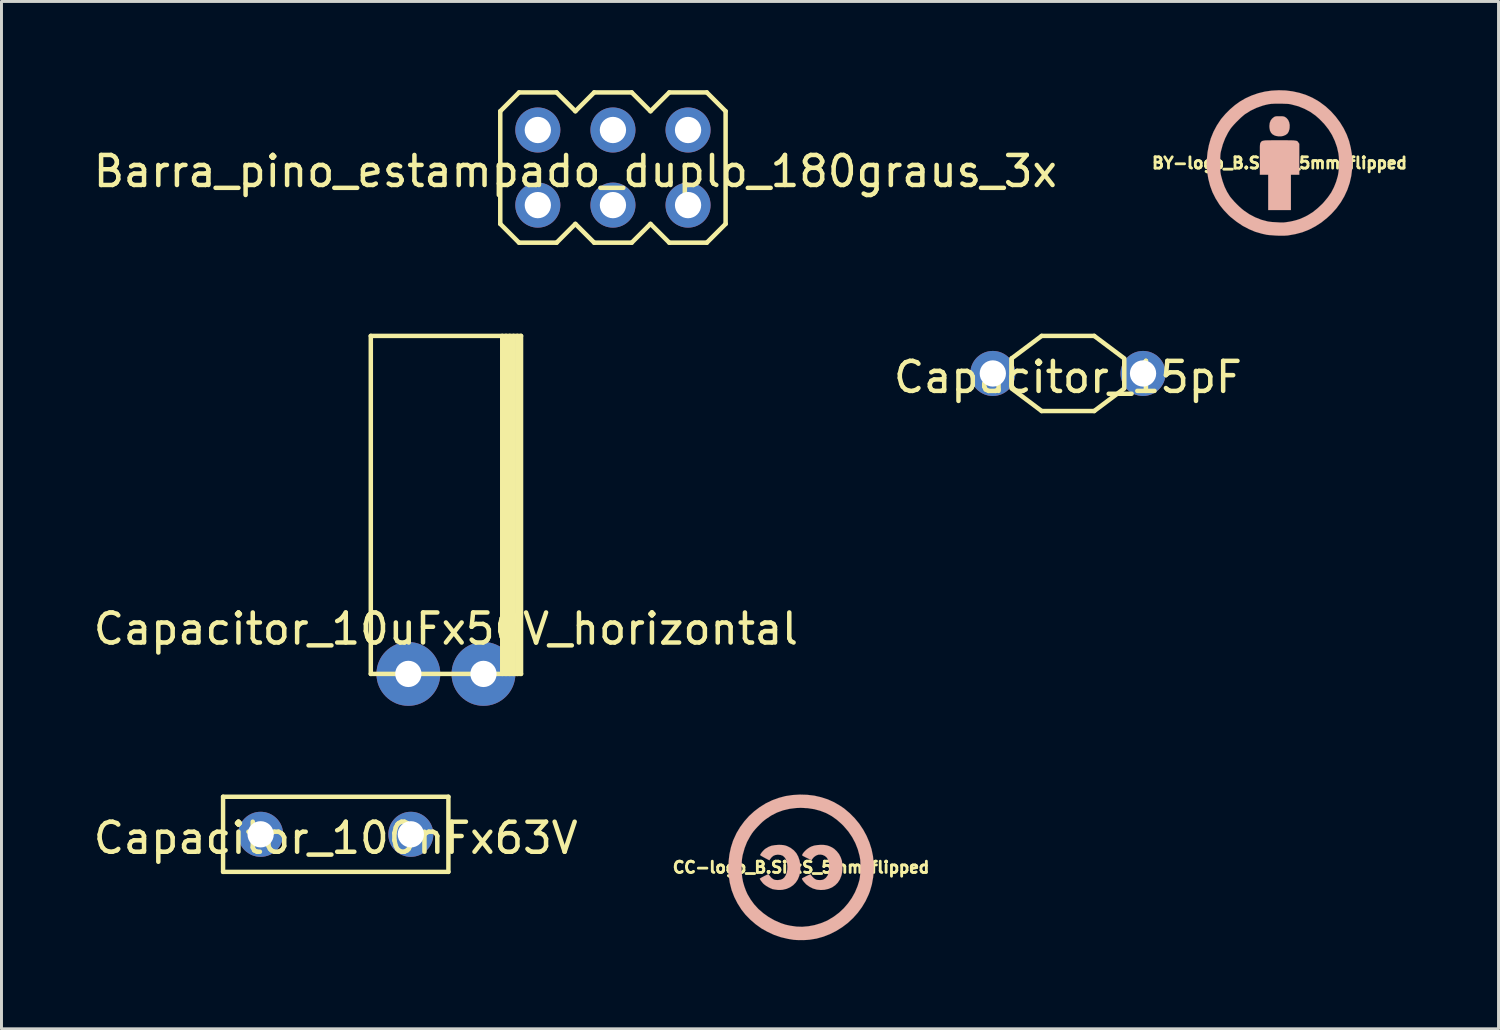
<source format=kicad_pcb>
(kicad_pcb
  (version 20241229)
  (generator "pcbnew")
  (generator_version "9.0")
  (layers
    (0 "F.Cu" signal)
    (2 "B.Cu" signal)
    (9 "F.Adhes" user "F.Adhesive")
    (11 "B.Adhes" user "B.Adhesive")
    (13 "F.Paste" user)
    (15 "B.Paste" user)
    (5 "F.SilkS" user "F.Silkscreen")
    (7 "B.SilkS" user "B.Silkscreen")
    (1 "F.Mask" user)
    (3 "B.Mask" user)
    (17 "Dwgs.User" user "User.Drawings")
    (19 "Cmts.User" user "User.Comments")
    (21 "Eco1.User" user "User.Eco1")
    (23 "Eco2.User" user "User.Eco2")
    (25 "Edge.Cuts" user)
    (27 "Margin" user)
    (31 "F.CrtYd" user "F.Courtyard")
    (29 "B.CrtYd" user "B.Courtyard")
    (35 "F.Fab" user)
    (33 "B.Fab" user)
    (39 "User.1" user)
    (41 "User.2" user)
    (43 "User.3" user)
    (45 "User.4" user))
  (footprint "Capacitor_15pF"
    (layer "F.Cu")
    (at 30.523 9.579)
    (property "Reference" "Capacitor_15pF" (at 2.54 0.127 0) (layer "F.SilkS") (effects (font (size 1.016 1.016) (thickness 0.152))))
    (attr through_hole)
    (fp_line (start 0.635 -0.508) (end 0.635 0.445) (stroke (width 0.152) (type solid)) (layer "F.SilkS"))
    (fp_line (start 0.635 -0.508) (end 1.651 -1.27) (stroke (width 0.152) (type solid)) (layer "F.SilkS"))
    (fp_line (start 0.635 -0.445) (end 0.635 0.445) (stroke (width 0.152) (type solid)) (layer "F.SilkS"))
    (fp_line (start 0.635 0.508) (end 1.651 1.27) (stroke (width 0.152) (type solid)) (layer "F.SilkS"))
    (fp_line (start 1.651 -1.27) (end 3.429 -1.27) (stroke (width 0.152) (type solid)) (layer "F.SilkS"))
    (fp_line (start 1.651 1.27) (end 3.429 1.27) (stroke (width 0.152) (type solid)) (layer "F.SilkS"))
    (fp_line (start 4.445 -0.508) (end 3.429 -1.27) (stroke (width 0.152) (type solid)) (layer "F.SilkS"))
    (fp_line (start 4.445 -0.445) (end 4.445 0.445) (stroke (width 0.152) (type solid)) (layer "F.SilkS"))
    (fp_line (start 4.445 0.508) (end 3.429 1.27) (stroke (width 0.152) (type solid)) (layer "F.SilkS"))
    (pad "1" thru_hole circle (at 0 0) (size 1.524 1.524) (drill 0.889) (layers "*.Cu" "*.Mask"))
    (pad "2" thru_hole circle (at 5.08 0) (size 1.524 1.524) (drill 0.889) (layers "*.Cu" "*.Mask")))
  (footprint "Capacitor_100nFx63V"
    (layer "F.Cu")
    (at 5.763 25.163)
    (property "Reference" "Capacitor_100nFx63V" (at 2.54 0.127 0) (layer "F.SilkS") (effects (font (size 1.016 1.016) (thickness 0.152))))
    (attr through_hole)
    (fp_line (start -1.27 -1.27) (end 6.35 -1.27) (stroke (width 0.15) (type solid)) (layer "F.SilkS"))
    (fp_line (start -1.27 1.27) (end -1.27 -1.27) (stroke (width 0.15) (type solid)) (layer "F.SilkS"))
    (fp_line (start 6.35 -1.27) (end 6.35 1.27) (stroke (width 0.15) (type solid)) (layer "F.SilkS"))
    (fp_line (start 6.35 1.27) (end -1.27 1.27) (stroke (width 0.15) (type solid)) (layer "F.SilkS"))
    (pad "1" thru_hole circle (at 0 0) (size 1.524 1.524) (drill 0.889) (layers "*.Cu" "*.Mask"))
    (pad "2" thru_hole circle (at 5.08 0) (size 1.524 1.524) (drill 0.889) (layers "*.Cu" "*.Mask")))
  (footprint "CC-logo_B.SilkS_5mm_flipped"
    (layer "F.Cu")
    (at 24.039 26.281)
    (property "Reference" "CC-logo_B.SilkS_5mm_flipped" (at 0 0 0) (layer "F.SilkS") (effects (font (size 0.381 0.381) (thickness 0.127))))
    (attr through_hole)
    (fp_poly (pts (xy 0.03 0.376) (xy 0.033 0.394) (xy 0.048 0.424) (xy 0.076 0.465) (xy 0.109 0.505) (xy 0.147 0.546) (xy 0.17 0.572) (xy 0.282 0.653) (xy 0.401 0.714) (xy 0.533 0.752) (xy 0.671 0.765) (xy 0.795 0.757) (xy 0.93 0.726) (xy 1.049 0.676) (xy 1.153 0.605) (xy 1.242 0.516) (xy 1.311 0.409) (xy 1.361 0.287) (xy 1.372 0.249) (xy 1.387 0.168) (xy 1.397 0.071) (xy 1.397 -0.03) (xy 1.392 -0.127) (xy 1.382 -0.213) (xy 1.379 -0.229) (xy 1.339 -0.343) (xy 1.283 -0.45) (xy 1.206 -0.546) (xy 1.12 -0.627) (xy 1.044 -0.676) (xy 0.958 -0.716) (xy 0.879 -0.742) (xy 0.79 -0.757) (xy 0.691 -0.762) (xy 0.673 -0.762) (xy 0.554 -0.754) (xy 0.452 -0.739) (xy 0.358 -0.709) (xy 0.29 -0.676) (xy 0.239 -0.643) (xy 0.188 -0.605) (xy 0.14 -0.561) (xy 0.097 -0.516) (xy 0.064 -0.472) (xy 0.043 -0.437) (xy 0.038 -0.409) (xy 0.043 -0.399) (xy 0.058 -0.389) (xy 0.094 -0.371) (xy 0.142 -0.345) (xy 0.198 -0.318) (xy 0.206 -0.315) (xy 0.353 -0.241) (xy 0.371 -0.272) (xy 0.434 -0.348) (xy 0.505 -0.399) (xy 0.582 -0.429) (xy 0.668 -0.432) (xy 0.734 -0.419) (xy 0.808 -0.384) (xy 0.869 -0.33) (xy 0.914 -0.257) (xy 0.932 -0.211) (xy 0.945 -0.145) (xy 0.953 -0.066) (xy 0.955 0.018) (xy 0.95 0.099) (xy 0.94 0.168) (xy 0.93 0.198) (xy 0.889 0.287) (xy 0.836 0.356) (xy 0.782 0.396) (xy 0.747 0.414) (xy 0.711 0.424) (xy 0.668 0.429) (xy 0.627 0.429) (xy 0.572 0.427) (xy 0.531 0.422) (xy 0.493 0.406) (xy 0.475 0.396) (xy 0.434 0.368) (xy 0.394 0.328) (xy 0.358 0.287) (xy 0.333 0.249) (xy 0.33 0.241) (xy 0.32 0.236) (xy 0.295 0.244) (xy 0.249 0.262) (xy 0.185 0.292) (xy 0.18 0.295) (xy 0.124 0.323) (xy 0.079 0.345) (xy 0.046 0.366) (xy 0.03 0.376)) (stroke (width 0.003) (type solid)) (fill yes) (layer "B.SilkS"))
    (fp_poly (pts (xy -1.397 0.384) (xy -1.389 0.399) (xy -1.372 0.429) (xy -1.344 0.467) (xy -1.313 0.508) (xy -1.285 0.541) (xy -1.283 0.544) (xy -1.24 0.582) (xy -1.181 0.625) (xy -1.115 0.665) (xy -1.046 0.701) (xy -0.986 0.726) (xy -0.978 0.732) (xy -0.889 0.749) (xy -0.787 0.762) (xy -0.686 0.762) (xy -0.622 0.757) (xy -0.49 0.726) (xy -0.371 0.673) (xy -0.267 0.602) (xy -0.18 0.513) (xy -0.112 0.409) (xy -0.061 0.287) (xy -0.046 0.224) (xy -0.03 0.13) (xy -0.025 0.025) (xy -0.028 -0.081) (xy -0.041 -0.18) (xy -0.051 -0.236) (xy -0.097 -0.366) (xy -0.16 -0.48) (xy -0.246 -0.577) (xy -0.348 -0.655) (xy -0.465 -0.716) (xy -0.531 -0.739) (xy -0.592 -0.752) (xy -0.668 -0.759) (xy -0.749 -0.762) (xy -0.884 -0.752) (xy -1.001 -0.732) (xy -1.105 -0.691) (xy -1.199 -0.635) (xy -1.227 -0.615) (xy -1.26 -0.584) (xy -1.298 -0.544) (xy -1.333 -0.503) (xy -1.361 -0.462) (xy -1.379 -0.432) (xy -1.384 -0.419) (xy -1.374 -0.406) (xy -1.344 -0.386) (xy -1.3 -0.361) (xy -1.245 -0.33) (xy -1.227 -0.32) (xy -1.072 -0.239) (xy -1.052 -0.269) (xy -0.998 -0.34) (xy -0.94 -0.389) (xy -0.876 -0.417) (xy -0.798 -0.429) (xy -0.775 -0.429) (xy -0.688 -0.419) (xy -0.615 -0.391) (xy -0.559 -0.34) (xy -0.531 -0.3) (xy -0.493 -0.216) (xy -0.47 -0.119) (xy -0.462 -0.018) (xy -0.467 0.084) (xy -0.485 0.18) (xy -0.518 0.267) (xy -0.564 0.338) (xy -0.569 0.343) (xy -0.625 0.391) (xy -0.693 0.417) (xy -0.777 0.429) (xy -0.795 0.429) (xy -0.848 0.427) (xy -0.889 0.422) (xy -0.922 0.409) (xy -0.95 0.394) (xy -1.006 0.351) (xy -1.052 0.295) (xy -1.077 0.262) (xy -1.095 0.236) (xy -1.105 0.231) (xy -1.123 0.236) (xy -1.156 0.251) (xy -1.199 0.272) (xy -1.25 0.297) (xy -1.298 0.323) (xy -1.344 0.348) (xy -1.377 0.368) (xy -1.394 0.381) (xy -1.397 0.384)) (stroke (width 0.003) (type solid)) (fill yes) (layer "B.SilkS"))
    (fp_poly (pts (xy -2.459 0.043) (xy -2.446 0.287) (xy -2.41 0.523) (xy -2.352 0.752) (xy -2.344 0.78) (xy -2.258 1.003) (xy -2.151 1.214) (xy -2.024 1.415) (xy -2.012 1.433) (xy -2.012 -0.003) (xy -2.009 -0.058) (xy -2.007 -0.152) (xy -2.002 -0.229) (xy -1.996 -0.292) (xy -1.986 -0.351) (xy -1.976 -0.414) (xy -1.968 -0.442) (xy -1.908 -0.655) (xy -1.829 -0.856) (xy -1.725 -1.046) (xy -1.661 -1.148) (xy -1.61 -1.217) (xy -1.544 -1.295) (xy -1.468 -1.377) (xy -1.387 -1.46) (xy -1.308 -1.537) (xy -1.232 -1.6) (xy -1.191 -1.631) (xy -1.006 -1.755) (xy -0.813 -1.854) (xy -0.61 -1.928) (xy -0.396 -1.979) (xy -0.173 -2.007) (xy -0.008 -2.014) (xy 0.224 -2.002) (xy 0.445 -1.968) (xy 0.65 -1.913) (xy 0.848 -1.836) (xy 1.034 -1.735) (xy 1.212 -1.608) (xy 1.379 -1.46) (xy 1.445 -1.392) (xy 1.598 -1.214) (xy 1.727 -1.024) (xy 1.834 -0.823) (xy 1.918 -0.61) (xy 1.976 -0.396) (xy 1.986 -0.345) (xy 1.994 -0.3) (xy 2.002 -0.251) (xy 2.004 -0.196) (xy 2.007 -0.13) (xy 2.007 -0.043) (xy 2.007 0) (xy 2.004 0.127) (xy 1.999 0.236) (xy 1.989 0.33) (xy 1.974 0.422) (xy 1.948 0.513) (xy 1.918 0.61) (xy 1.908 0.64) (xy 1.824 0.841) (xy 1.717 1.034) (xy 1.59 1.214) (xy 1.445 1.382) (xy 1.283 1.534) (xy 1.107 1.666) (xy 0.922 1.778) (xy 0.876 1.803) (xy 0.673 1.887) (xy 0.462 1.951) (xy 0.251 1.991) (xy 0.038 2.009) (xy -0.173 2.002) (xy -0.18 1.999) (xy -0.358 1.974) (xy -0.526 1.938) (xy -0.686 1.885) (xy -0.848 1.814) (xy -0.904 1.788) (xy -1.097 1.679) (xy -1.275 1.552) (xy -1.44 1.41) (xy -1.585 1.252) (xy -1.709 1.082) (xy -1.814 0.904) (xy -1.864 0.792) (xy -1.92 0.64) (xy -1.963 0.49) (xy -1.991 0.335) (xy -2.007 0.175) (xy -2.012 -0.003) (xy -2.012 1.433) (xy -1.88 1.6) (xy -1.714 1.77) (xy -1.534 1.925) (xy -1.339 2.065) (xy -1.13 2.182) (xy -0.912 2.283) (xy -0.681 2.362) (xy -0.442 2.418) (xy -0.254 2.449) (xy -0.155 2.456) (xy -0.043 2.459) (xy 0.076 2.459) (xy 0.188 2.454) (xy 0.287 2.446) (xy 0.29 2.446) (xy 0.523 2.408) (xy 0.752 2.344) (xy 0.973 2.258) (xy 1.186 2.151) (xy 1.389 2.024) (xy 1.58 1.88) (xy 1.755 1.717) (xy 1.915 1.539) (xy 2.057 1.346) (xy 2.179 1.143) (xy 2.281 0.927) (xy 2.327 0.81) (xy 2.395 0.574) (xy 2.438 0.333) (xy 2.461 0.094) (xy 2.456 -0.145) (xy 2.431 -0.384) (xy 2.383 -0.615) (xy 2.311 -0.841) (xy 2.217 -1.062) (xy 2.103 -1.273) (xy 1.971 -1.471) (xy 1.816 -1.659) (xy 1.643 -1.834) (xy 1.453 -1.994) (xy 1.318 -2.085) (xy 1.118 -2.202) (xy 0.904 -2.299) (xy 0.678 -2.372) (xy 0.445 -2.426) (xy 0.203 -2.454) (xy -0.041 -2.461) (xy -0.29 -2.446) (xy -0.531 -2.41) (xy -0.759 -2.349) (xy -0.98 -2.268) (xy -1.194 -2.164) (xy -1.394 -2.04) (xy -1.585 -1.895) (xy -1.76 -1.735) (xy -1.918 -1.557) (xy -2.06 -1.364) (xy -2.182 -1.161) (xy -2.283 -0.942) (xy -2.301 -0.899) (xy -2.372 -0.676) (xy -2.423 -0.442) (xy -2.451 -0.201) (xy -2.459 0.043)) (stroke (width 0.003) (type solid)) (fill yes) (layer "B.SilkS")))
  (footprint "BY-logo_B.SilkS_5mm_flipped"
    (layer "F.Cu")
    (at 40.219 2.463)
    (property "Reference" "BY-logo_B.SilkS_5mm_flipped" (at 0 0 0) (layer "F.SilkS") (effects (font (size 0.381 0.381) (thickness 0.127))))
    (attr through_hole)
    (fp_poly (pts (xy -0.343 -1.257) (xy -0.34 -1.186) (xy -0.323 -1.095) (xy -0.287 -1.024) (xy -0.236 -0.97) (xy -0.168 -0.932) (xy -0.122 -0.917) (xy -0.033 -0.902) (xy 0.046 -0.902) (xy 0.127 -0.917) (xy 0.206 -0.95) (xy 0.267 -0.996) (xy 0.307 -1.059) (xy 0.333 -1.143) (xy 0.34 -1.186) (xy 0.343 -1.288) (xy 0.325 -1.379) (xy 0.29 -1.458) (xy 0.236 -1.521) (xy 0.193 -1.552) (xy 0.163 -1.567) (xy 0.135 -1.575) (xy 0.102 -1.58) (xy 0.053 -1.582) (xy 0 -1.582) (xy -0.064 -1.582) (xy -0.107 -1.58) (xy -0.14 -1.575) (xy -0.168 -1.565) (xy -0.191 -1.552) (xy -0.254 -1.501) (xy -0.302 -1.435) (xy -0.333 -1.351) (xy -0.343 -1.257)) (stroke (width 0.003) (type solid)) (fill yes) (layer "B.SilkS"))
    (fp_poly (pts (xy -0.665 0.396) (xy -0.526 0.396) (xy -0.384 0.396) (xy -0.384 0.993) (xy -0.384 1.59) (xy 0 1.59) (xy 0.384 1.59) (xy 0.384 0.993) (xy 0.384 0.396) (xy 0.526 0.396) (xy 0.668 0.396) (xy 0.668 -0.127) (xy 0.668 -0.65) (xy 0.638 -0.693) (xy 0.625 -0.711) (xy 0.615 -0.726) (xy 0.599 -0.739) (xy 0.582 -0.747) (xy 0.556 -0.754) (xy 0.521 -0.759) (xy 0.472 -0.765) (xy 0.411 -0.767) (xy 0.335 -0.767) (xy 0.239 -0.77) (xy 0.122 -0.77) (xy 0.003 -0.77) (xy -0.137 -0.77) (xy -0.251 -0.77) (xy -0.345 -0.767) (xy -0.422 -0.767) (xy -0.483 -0.765) (xy -0.528 -0.759) (xy -0.561 -0.752) (xy -0.587 -0.744) (xy -0.605 -0.734) (xy -0.62 -0.721) (xy -0.63 -0.706) (xy -0.643 -0.688) (xy -0.648 -0.678) (xy -0.653 -0.665) (xy -0.658 -0.645) (xy -0.66 -0.622) (xy -0.663 -0.587) (xy -0.665 -0.541) (xy -0.665 -0.48) (xy -0.665 -0.404) (xy -0.665 -0.305) (xy -0.665 -0.185) (xy -0.665 -0.124) (xy -0.665 0.396)) (stroke (width 0.003) (type solid)) (fill yes) (layer "B.SilkS"))
    (fp_poly (pts (xy -2.459 -0.117) (xy -2.459 0.135) (xy -2.433 0.386) (xy -2.408 0.538) (xy -2.349 0.767) (xy -2.268 0.988) (xy -2.162 1.199) (xy -2.035 1.402) (xy -2.007 1.44) (xy -2.007 0.005) (xy -2.004 -0.094) (xy -2.004 -0.173) (xy -2.002 -0.236) (xy -1.999 -0.29) (xy -1.994 -0.335) (xy -1.986 -0.378) (xy -1.976 -0.419) (xy -1.918 -0.632) (xy -1.839 -0.836) (xy -1.742 -1.026) (xy -1.664 -1.151) (xy -1.613 -1.217) (xy -1.547 -1.293) (xy -1.471 -1.374) (xy -1.389 -1.455) (xy -1.308 -1.534) (xy -1.232 -1.6) (xy -1.166 -1.654) (xy -1.161 -1.656) (xy -0.975 -1.773) (xy -0.777 -1.867) (xy -0.569 -1.941) (xy -0.455 -1.971) (xy -0.404 -1.981) (xy -0.361 -1.991) (xy -0.318 -1.996) (xy -0.274 -2.002) (xy -0.224 -2.004) (xy -0.157 -2.007) (xy -0.076 -2.007) (xy -0.005 -2.007) (xy 0.094 -2.007) (xy 0.173 -2.004) (xy 0.236 -2.002) (xy 0.29 -1.999) (xy 0.335 -1.994) (xy 0.378 -1.986) (xy 0.419 -1.976) (xy 0.638 -1.918) (xy 0.843 -1.834) (xy 1.039 -1.73) (xy 1.219 -1.603) (xy 1.346 -1.491) (xy 1.514 -1.318) (xy 1.656 -1.138) (xy 1.775 -0.947) (xy 1.869 -0.747) (xy 1.943 -0.538) (xy 1.989 -0.333) (xy 2.004 -0.211) (xy 2.012 -0.076) (xy 2.012 0.064) (xy 2.004 0.203) (xy 1.989 0.333) (xy 1.971 0.437) (xy 1.913 0.635) (xy 1.839 0.82) (xy 1.748 0.996) (xy 1.633 1.161) (xy 1.499 1.323) (xy 1.45 1.377) (xy 1.29 1.527) (xy 1.13 1.656) (xy 0.965 1.76) (xy 0.879 1.806) (xy 0.775 1.854) (xy 0.676 1.895) (xy 0.577 1.928) (xy 0.47 1.956) (xy 0.353 1.981) (xy 0.213 2.002) (xy 0.198 2.004) (xy 0.15 2.009) (xy 0.084 2.009) (xy 0.003 2.009) (xy -0.086 2.004) (xy -0.178 1.999) (xy -0.262 1.994) (xy -0.338 1.984) (xy -0.396 1.976) (xy -0.404 1.974) (xy -0.617 1.918) (xy -0.823 1.836) (xy -1.021 1.732) (xy -1.194 1.615) (xy -1.273 1.552) (xy -1.359 1.476) (xy -1.448 1.389) (xy -1.532 1.303) (xy -1.605 1.219) (xy -1.666 1.146) (xy -1.679 1.128) (xy -1.775 0.973) (xy -1.859 0.8) (xy -1.925 0.617) (xy -1.976 0.432) (xy -1.986 0.386) (xy -1.994 0.34) (xy -1.999 0.295) (xy -2.002 0.241) (xy -2.004 0.178) (xy -2.004 0.097) (xy -2.007 0.005) (xy -2.007 1.44) (xy -1.887 1.59) (xy -1.72 1.765) (xy -1.656 1.824) (xy -1.455 1.984) (xy -1.252 2.121) (xy -1.041 2.233) (xy -0.826 2.324) (xy -0.597 2.39) (xy -0.437 2.426) (xy -0.356 2.436) (xy -0.259 2.443) (xy -0.152 2.451) (xy -0.041 2.456) (xy 0.069 2.456) (xy 0.168 2.456) (xy 0.254 2.451) (xy 0.282 2.449) (xy 0.531 2.405) (xy 0.77 2.342) (xy 0.996 2.253) (xy 1.212 2.141) (xy 1.42 2.007) (xy 1.615 1.849) (xy 1.753 1.72) (xy 1.923 1.532) (xy 2.07 1.331) (xy 2.192 1.123) (xy 2.294 0.902) (xy 2.372 0.673) (xy 2.426 0.434) (xy 2.456 0.191) (xy 2.461 -0.058) (xy 2.443 -0.312) (xy 2.408 -0.518) (xy 2.352 -0.744) (xy 2.271 -0.963) (xy 2.167 -1.176) (xy 2.042 -1.379) (xy 1.897 -1.572) (xy 1.737 -1.75) (xy 1.56 -1.913) (xy 1.367 -2.057) (xy 1.313 -2.093) (xy 1.113 -2.207) (xy 0.899 -2.301) (xy 0.678 -2.372) (xy 0.447 -2.423) (xy 0.213 -2.454) (xy -0.023 -2.461) (xy -0.262 -2.449) (xy -0.495 -2.416) (xy -0.724 -2.36) (xy -0.945 -2.283) (xy -1.156 -2.187) (xy -1.339 -2.08) (xy -1.509 -1.958) (xy -1.674 -1.816) (xy -1.829 -1.661) (xy -1.966 -1.501) (xy -1.989 -1.471) (xy -2.121 -1.27) (xy -2.233 -1.059) (xy -2.324 -0.836) (xy -2.39 -0.602) (xy -2.436 -0.363) (xy -2.459 -0.117)) (stroke (width 0.003) (type solid)) (fill yes) (layer "B.SilkS")))
  (footprint "Capacitor_10uFx50V_horizontal"
    (layer "F.Cu")
    (at 10.759 19.739)
    (property "Reference" "Capacitor_10uFx50V_horizontal" (at 1.27 -1.524 0) (layer "F.SilkS") (effects (font (size 1.016 1.016) (thickness 0.152))))
    (attr through_hole)
    (fp_line (start -1.27 -11.43) (end -1.27 0) (stroke (width 0.152) (type solid)) (layer "F.SilkS"))
    (fp_line (start -1.27 0) (end 3.81 0) (stroke (width 0.152) (type solid)) (layer "F.SilkS"))
    (fp_line (start 3.175 -11.43) (end 3.175 0) (stroke (width 0.152) (type solid)) (layer "F.SilkS"))
    (fp_line (start 3.302 0) (end 3.302 -11.43) (stroke (width 0.152) (type solid)) (layer "F.SilkS"))
    (fp_line (start 3.429 0) (end 3.429 -11.43) (stroke (width 0.152) (type solid)) (layer "F.SilkS"))
    (fp_line (start 3.556 -11.43) (end 3.556 0) (stroke (width 0.152) (type solid)) (layer "F.SilkS"))
    (fp_line (start 3.683 0) (end 3.683 -11.43) (stroke (width 0.152) (type solid)) (layer "F.SilkS"))
    (fp_line (start 3.81 -11.43) (end -1.27 -11.43) (stroke (width 0.152) (type solid)) (layer "F.SilkS"))
    (fp_line (start 3.81 0) (end 3.81 -11.43) (stroke (width 0.152) (type solid)) (layer "F.SilkS"))
    (pad "+" thru_hole circle (at 0 0) (size 2.159 2.159) (drill 0.889) (layers "*.Cu" "*.Mask"))
    (pad "-" thru_hole circle (at 2.54 0) (size 2.159 2.159) (drill 0.889) (layers "*.Cu" "*.Mask")))
  (footprint "Barra_pino_estampado_duplo_180graus_3x"
    (layer "F.Cu")
    (at 15.137 3.886)
    (property "Reference" "Barra_pino_estampado_duplo_180graus_3x" (at 1.27 -1.143 0) (layer "F.SilkS") (effects (font (size 1.016 1.016) (thickness 0.152))))
    (attr through_hole)
    (fp_line (start -1.27 -3.175) (end -0.635 -3.81) (stroke (width 0.152) (type solid)) (layer "F.SilkS"))
    (fp_line (start -1.27 0.635) (end -1.27 -3.175) (stroke (width 0.152) (type solid)) (layer "F.SilkS"))
    (fp_line (start -0.635 -3.81) (end 0.635 -3.81) (stroke (width 0.152) (type solid)) (layer "F.SilkS"))
    (fp_line (start -0.635 1.27) (end -1.27 0.635) (stroke (width 0.152) (type solid)) (layer "F.SilkS"))
    (fp_line (start 0.635 -3.81) (end 1.27 -3.175) (stroke (width 0.152) (type solid)) (layer "F.SilkS"))
    (fp_line (start 0.635 1.27) (end -0.635 1.27) (stroke (width 0.152) (type solid)) (layer "F.SilkS"))
    (fp_line (start 1.27 -3.175) (end 1.905 -3.81) (stroke (width 0.152) (type solid)) (layer "F.SilkS"))
    (fp_line (start 1.27 0.635) (end 0.635 1.27) (stroke (width 0.152) (type solid)) (layer "F.SilkS"))
    (fp_line (start 1.905 -3.81) (end 3.175 -3.81) (stroke (width 0.152) (type solid)) (layer "F.SilkS"))
    (fp_line (start 1.905 1.27) (end 1.27 0.635) (stroke (width 0.152) (type solid)) (layer "F.SilkS"))
    (fp_line (start 3.175 -3.81) (end 3.81 -3.175) (stroke (width 0.152) (type solid)) (layer "F.SilkS"))
    (fp_line (start 3.175 1.27) (end 1.905 1.27) (stroke (width 0.152) (type solid)) (layer "F.SilkS"))
    (fp_line (start 3.81 -3.175) (end 4.445 -3.81) (stroke (width 0.152) (type solid)) (layer "F.SilkS"))
    (fp_line (start 3.81 0.635) (end 3.175 1.27) (stroke (width 0.152) (type solid)) (layer "F.SilkS"))
    (fp_line (start 4.445 -3.81) (end 5.715 -3.81) (stroke (width 0.152) (type solid)) (layer "F.SilkS"))
    (fp_line (start 4.445 1.27) (end 3.81 0.635) (stroke (width 0.152) (type solid)) (layer "F.SilkS"))
    (fp_line (start 5.715 -3.81) (end 6.35 -3.175) (stroke (width 0.152) (type solid)) (layer "F.SilkS"))
    (fp_line (start 5.715 1.27) (end 4.445 1.27) (stroke (width 0.152) (type solid)) (layer "F.SilkS"))
    (fp_line (start 6.35 -3.175) (end 6.35 0.635) (stroke (width 0.152) (type solid)) (layer "F.SilkS"))
    (fp_line (start 6.35 0.635) (end 5.715 1.27) (stroke (width 0.152) (type solid)) (layer "F.SilkS"))
    (pad "1" thru_hole circle (at 0 0) (size 1.524 1.524) (drill 0.889) (layers "*.Cu" "*.Mask"))
    (pad "2" thru_hole circle (at 0 -2.54) (size 1.524 1.524) (drill 0.889) (layers "*.Cu" "*.Mask"))
    (pad "3" thru_hole circle (at 2.54 0) (size 1.524 1.524) (drill 0.889) (layers "*.Cu" "*.Mask"))
    (pad "4" thru_hole circle (at 2.54 -2.54) (size 1.524 1.524) (drill 0.889) (layers "*.Cu" "*.Mask"))
    (pad "5" thru_hole circle (at 5.08 0) (size 1.524 1.524) (drill 0.889) (layers "*.Cu" "*.Mask"))
    (pad "6" thru_hole circle (at 5.08 -2.54) (size 1.524 1.524) (drill 0.889) (layers "*.Cu" "*.Mask")))
  (gr_rect
    (start -3 -3)
    (end 47.624 31.741)
    (stroke (width 0.1) (type default))
    (fill no)
    (layer "Edge.Cuts")))
</source>
